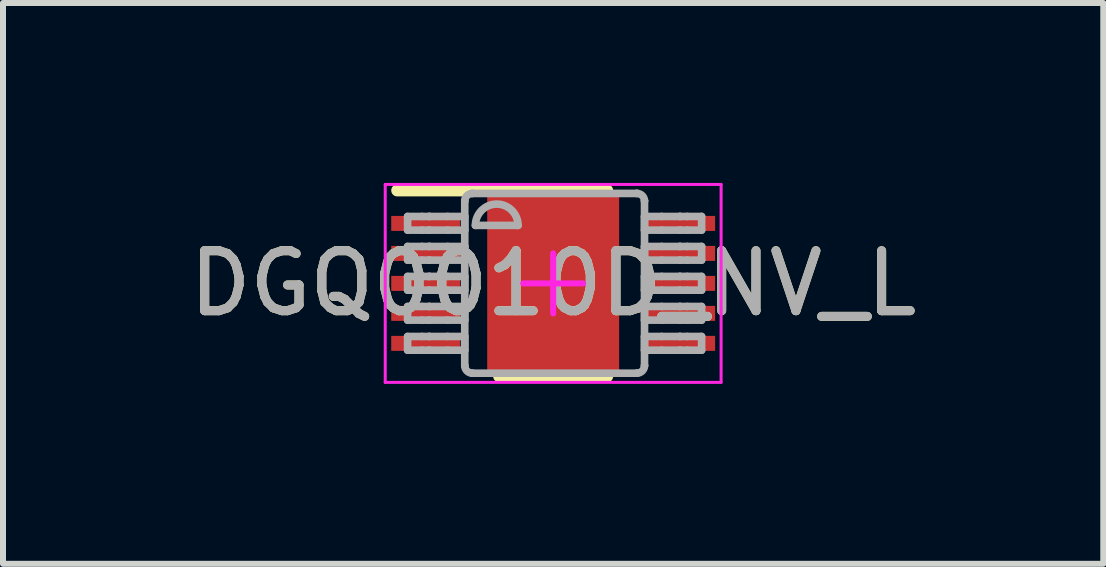
<source format=kicad_pcb>
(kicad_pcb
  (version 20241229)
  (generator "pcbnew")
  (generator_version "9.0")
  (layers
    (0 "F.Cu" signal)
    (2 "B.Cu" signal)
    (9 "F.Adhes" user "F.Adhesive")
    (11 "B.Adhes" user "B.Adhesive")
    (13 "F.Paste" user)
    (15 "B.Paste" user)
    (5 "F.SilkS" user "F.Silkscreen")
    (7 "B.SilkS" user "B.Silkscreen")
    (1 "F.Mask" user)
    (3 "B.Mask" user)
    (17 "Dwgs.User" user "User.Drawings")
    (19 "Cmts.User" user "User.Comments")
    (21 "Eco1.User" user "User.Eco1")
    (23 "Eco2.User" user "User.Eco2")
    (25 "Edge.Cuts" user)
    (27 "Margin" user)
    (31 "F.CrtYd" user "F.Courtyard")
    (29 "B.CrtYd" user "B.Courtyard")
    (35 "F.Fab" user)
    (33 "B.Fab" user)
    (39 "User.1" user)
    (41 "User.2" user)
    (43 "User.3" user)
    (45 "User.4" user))
  (footprint "DGQ0010D_NV_L"
    (layer "F.Cu")
    (at 6.173 1.675)
    (property "Reference" "DGQ0010D_NV_L" (at 0 0 0) (unlocked yes) (layer "F.SilkS") (effects (font (size 1 1) (thickness 0.15))))
    (attr smd)
    (fp_poly (pts (xy -0.915 0.899) (xy -0.915 -0.899) (xy -0.914 -0.908) (xy -0.912 -0.917) (xy -0.907 -0.925) (xy -0.902 -0.932) (xy -0.895 -0.937) (xy -0.887 -0.942) (xy -0.878 -0.944) (xy -0.869 -0.945) (xy 0.869 -0.945) (xy 0.878 -0.944) (xy 0.887 -0.942) (xy 0.895 -0.937) (xy 0.902 -0.932) (xy 0.907 -0.925) (xy 0.912 -0.917) (xy 0.914 -0.908) (xy 0.915 -0.899) (xy 0.915 0.899) (xy 0.914 0.908) (xy 0.912 0.917) (xy 0.907 0.925) (xy 0.902 0.932) (xy 0.895 0.937) (xy 0.887 0.942) (xy 0.878 0.944) (xy 0.869 0.945) (xy -0.869 0.945) (xy -0.878 0.944) (xy -0.887 0.942) (xy -0.895 0.937) (xy -0.902 0.932) (xy -0.907 0.925) (xy -0.912 0.917) (xy -0.914 0.908)) (stroke (width 0) (type solid)) (fill yes) (layer "F.Mask"))
    (fp_line (start -2.6 -1.55) (end 0.9 -1.55) (stroke (width 0.2) (type solid)) (layer "F.SilkS"))
    (fp_line (start -0.9 1.55) (end 0.9 1.55) (stroke (width 0.2) (type solid)) (layer "F.SilkS"))
    (fp_poly (pts (xy -0.915 0.899) (xy -0.915 -0.899) (xy -0.914 -0.908) (xy -0.912 -0.917) (xy -0.907 -0.925) (xy -0.902 -0.932) (xy -0.895 -0.937) (xy -0.887 -0.942) (xy -0.878 -0.944) (xy -0.869 -0.945) (xy 0.869 -0.945) (xy 0.878 -0.944) (xy 0.887 -0.942) (xy 0.895 -0.937) (xy 0.902 -0.932) (xy 0.907 -0.925) (xy 0.912 -0.917) (xy 0.914 -0.908) (xy 0.915 -0.899) (xy 0.915 0.899) (xy 0.914 0.908) (xy 0.912 0.917) (xy 0.907 0.925) (xy 0.902 0.932) (xy 0.895 0.937) (xy 0.887 0.942) (xy 0.878 0.944) (xy 0.869 0.945) (xy -0.869 0.945) (xy -0.878 0.944) (xy -0.887 0.942) (xy -0.895 0.937) (xy -0.902 0.932) (xy -0.907 0.925) (xy -0.912 0.917) (xy -0.914 0.908)) (stroke (width 0) (type solid)) (fill yes) (layer "F.Paste"))
    (fp_line (start -2.8 -1.65) (end 2.8 -1.65) (stroke (width 0.05) (type solid)) (layer "F.CrtYd"))
    (fp_line (start -2.8 1.65) (end -2.8 -1.65) (stroke (width 0.05) (type solid)) (layer "F.CrtYd"))
    (fp_line (start -2.8 1.65) (end 2.8 1.65) (stroke (width 0.05) (type solid)) (layer "F.CrtYd"))
    (fp_line (start -0.5 0) (end 0.5 0) (stroke (width 0.1) (type solid)) (layer "F.CrtYd"))
    (fp_line (start -0.000003 0.5) (end -0.000003 -0.5) (stroke (width 0.1) (type solid)) (layer "F.CrtYd"))
    (fp_line (start 2.8 1.65) (end 2.8 -1.65) (stroke (width 0.05) (type solid)) (layer "F.CrtYd"))
    (fp_line (start -2.427 -1.116) (end -2.187 -1.116) (stroke (width 0.127) (type solid)) (layer "F.Fab"))
    (fp_line (start -2.427 -0.888) (end -2.427 -1.116) (stroke (width 0.127) (type solid)) (layer "F.Fab"))
    (fp_line (start -2.427 -0.888) (end -2.187 -0.888) (stroke (width 0.127) (type solid)) (layer "F.Fab"))
    (fp_line (start -2.427 -0.616) (end -2.187 -0.616) (stroke (width 0.127) (type solid)) (layer "F.Fab"))
    (fp_line (start -2.427 -0.388) (end -2.427 -0.616) (stroke (width 0.127) (type solid)) (layer "F.Fab"))
    (fp_line (start -2.427 -0.388) (end -2.187 -0.388) (stroke (width 0.127) (type solid)) (layer "F.Fab"))
    (fp_line (start -2.427 -0.116) (end -2.187 -0.116) (stroke (width 0.127) (type solid)) (layer "F.Fab"))
    (fp_line (start -2.427 0.113) (end -2.427 -0.116) (stroke (width 0.127) (type solid)) (layer "F.Fab"))
    (fp_line (start -2.427 0.113) (end -2.187 0.113) (stroke (width 0.127) (type solid)) (layer "F.Fab"))
    (fp_line (start -2.427 0.385) (end -2.187 0.385) (stroke (width 0.127) (type solid)) (layer "F.Fab"))
    (fp_line (start -2.427 0.613) (end -2.427 0.385) (stroke (width 0.127) (type solid)) (layer "F.Fab"))
    (fp_line (start -2.427 0.613) (end -2.187 0.613) (stroke (width 0.127) (type solid)) (layer "F.Fab"))
    (fp_line (start -2.427 0.885) (end -2.187 0.885) (stroke (width 0.127) (type solid)) (layer "F.Fab"))
    (fp_line (start -2.427 1.114) (end -2.427 0.885) (stroke (width 0.127) (type solid)) (layer "F.Fab"))
    (fp_line (start -2.427 1.114) (end -2.187 1.114) (stroke (width 0.127) (type solid)) (layer "F.Fab"))
    (fp_line (start -2.187 -1.116) (end -2.067 -1.116) (stroke (width 0.127) (type solid)) (layer "F.Fab"))
    (fp_line (start -2.187 -0.888) (end -2.067 -0.888) (stroke (width 0.127) (type solid)) (layer "F.Fab"))
    (fp_line (start -2.187 -0.616) (end -2.067 -0.616) (stroke (width 0.127) (type solid)) (layer "F.Fab"))
    (fp_line (start -2.187 -0.388) (end -2.067 -0.388) (stroke (width 0.127) (type solid)) (layer "F.Fab"))
    (fp_line (start -2.187 -0.116) (end -2.067 -0.116) (stroke (width 0.127) (type solid)) (layer "F.Fab"))
    (fp_line (start -2.187 0.113) (end -2.067 0.113) (stroke (width 0.127) (type solid)) (layer "F.Fab"))
    (fp_line (start -2.187 0.385) (end -2.067 0.385) (stroke (width 0.127) (type solid)) (layer "F.Fab"))
    (fp_line (start -2.187 0.613) (end -2.067 0.613) (stroke (width 0.127) (type solid)) (layer "F.Fab"))
    (fp_line (start -2.187 0.885) (end -2.067 0.885) (stroke (width 0.127) (type solid)) (layer "F.Fab"))
    (fp_line (start -2.187 1.114) (end -2.067 1.114) (stroke (width 0.127) (type solid)) (layer "F.Fab"))
    (fp_line (start -2.067 -1.116) (end -2.064 -1.116) (stroke (width 0.127) (type solid)) (layer "F.Fab"))
    (fp_line (start -2.067 -0.888) (end -2.064 -0.888) (stroke (width 0.127) (type solid)) (layer "F.Fab"))
    (fp_line (start -2.067 -0.616) (end -2.064 -0.616) (stroke (width 0.127) (type solid)) (layer "F.Fab"))
    (fp_line (start -2.067 -0.388) (end -2.064 -0.388) (stroke (width 0.127) (type solid)) (layer "F.Fab"))
    (fp_line (start -2.067 -0.116) (end -2.064 -0.116) (stroke (width 0.127) (type solid)) (layer "F.Fab"))
    (fp_line (start -2.067 0.113) (end -2.064 0.113) (stroke (width 0.127) (type solid)) (layer "F.Fab"))
    (fp_line (start -2.067 0.385) (end -2.064 0.385) (stroke (width 0.127) (type solid)) (layer "F.Fab"))
    (fp_line (start -2.067 0.613) (end -2.064 0.613) (stroke (width 0.127) (type solid)) (layer "F.Fab"))
    (fp_line (start -2.067 0.885) (end -2.064 0.885) (stroke (width 0.127) (type solid)) (layer "F.Fab"))
    (fp_line (start -2.067 1.114) (end -2.064 1.114) (stroke (width 0.127) (type solid)) (layer "F.Fab"))
    (fp_line (start -2.064 -1.116) (end -1.76 -1.116) (stroke (width 0.127) (type solid)) (layer "F.Fab"))
    (fp_line (start -2.064 -0.888) (end -1.76 -0.888) (stroke (width 0.127) (type solid)) (layer "F.Fab"))
    (fp_line (start -2.064 -0.616) (end -1.76 -0.616) (stroke (width 0.127) (type solid)) (layer "F.Fab"))
    (fp_line (start -2.064 -0.388) (end -1.76 -0.388) (stroke (width 0.127) (type solid)) (layer "F.Fab"))
    (fp_line (start -2.064 -0.116) (end -1.76 -0.116) (stroke (width 0.127) (type solid)) (layer "F.Fab"))
    (fp_line (start -2.064 0.113) (end -1.76 0.113) (stroke (width 0.127) (type solid)) (layer "F.Fab"))
    (fp_line (start -2.064 0.385) (end -1.76 0.385) (stroke (width 0.127) (type solid)) (layer "F.Fab"))
    (fp_line (start -2.064 0.613) (end -1.76 0.613) (stroke (width 0.127) (type solid)) (layer "F.Fab"))
    (fp_line (start -2.064 0.885) (end -1.76 0.885) (stroke (width 0.127) (type solid)) (layer "F.Fab"))
    (fp_line (start -2.064 1.114) (end -1.76 1.114) (stroke (width 0.127) (type solid)) (layer "F.Fab"))
    (fp_line (start -1.76 -1.116) (end -1.474 -1.116) (stroke (width 0.127) (type solid)) (layer "F.Fab"))
    (fp_line (start -1.76 -0.888) (end -1.474 -0.888) (stroke (width 0.127) (type solid)) (layer "F.Fab"))
    (fp_line (start -1.76 -0.616) (end -1.474 -0.616) (stroke (width 0.127) (type solid)) (layer "F.Fab"))
    (fp_line (start -1.76 -0.388) (end -1.474 -0.388) (stroke (width 0.127) (type solid)) (layer "F.Fab"))
    (fp_line (start -1.76 -0.116) (end -1.474 -0.116) (stroke (width 0.127) (type solid)) (layer "F.Fab"))
    (fp_line (start -1.76 0.113) (end -1.474 0.113) (stroke (width 0.127) (type solid)) (layer "F.Fab"))
    (fp_line (start -1.76 0.385) (end -1.474 0.385) (stroke (width 0.127) (type solid)) (layer "F.Fab"))
    (fp_line (start -1.76 0.613) (end -1.474 0.613) (stroke (width 0.127) (type solid)) (layer "F.Fab"))
    (fp_line (start -1.76 0.885) (end -1.474 0.885) (stroke (width 0.127) (type solid)) (layer "F.Fab"))
    (fp_line (start -1.76 1.114) (end -1.474 1.114) (stroke (width 0.127) (type solid)) (layer "F.Fab"))
    (fp_line (start -1.474 -1.373) (end -1.474 -1.376) (stroke (width 0.127) (type solid)) (layer "F.Fab"))
    (fp_line (start -1.474 -0.888) (end -1.474 -1.116) (stroke (width 0.127) (type solid)) (layer "F.Fab"))
    (fp_line (start -1.474 -0.388) (end -1.474 -0.616) (stroke (width 0.127) (type solid)) (layer "F.Fab"))
    (fp_line (start -1.474 0.113) (end -1.474 -0.116) (stroke (width 0.127) (type solid)) (layer "F.Fab"))
    (fp_line (start -1.474 0.613) (end -1.474 0.385) (stroke (width 0.127) (type solid)) (layer "F.Fab"))
    (fp_line (start -1.474 1.114) (end -1.474 0.885) (stroke (width 0.127) (type solid)) (layer "F.Fab"))
    (fp_line (start -1.474 1.37) (end -1.474 -1.373) (stroke (width 0.127) (type solid)) (layer "F.Fab"))
    (fp_line (start -1.474 1.37) (end -1.474 1.373) (stroke (width 0.127) (type solid)) (layer "F.Fab"))
    (fp_line (start -1.35 -1.5) (end -1.347 -1.5) (stroke (width 0.127) (type solid)) (layer "F.Fab"))
    (fp_line (start -1.35 1.497) (end -1.347 1.497) (stroke (width 0.127) (type solid)) (layer "F.Fab"))
    (fp_line (start -1.347 -1.5) (end 1.396 -1.5) (stroke (width 0.127) (type solid)) (layer "F.Fab"))
    (fp_line (start -1.347 1.497) (end 1.396 1.497) (stroke (width 0.127) (type solid)) (layer "F.Fab"))
    (fp_line (start -1.296 -0.967) (end -0.585 -0.967) (stroke (width 0.127) (type solid)) (layer "F.Fab"))
    (fp_line (start 1.396 -1.5) (end 1.399 -1.5) (stroke (width 0.127) (type solid)) (layer "F.Fab"))
    (fp_line (start 1.396 1.497) (end 1.399 1.497) (stroke (width 0.127) (type solid)) (layer "F.Fab"))
    (fp_line (start 1.523 -1.376) (end 1.523 -1.373) (stroke (width 0.127) (type solid)) (layer "F.Fab"))
    (fp_line (start 1.523 1.373) (end 1.523 1.37) (stroke (width 0.127) (type solid)) (layer "F.Fab"))
    (fp_line (start 1.523 -1.116) (end 1.809 -1.116) (stroke (width 0.127) (type solid)) (layer "F.Fab"))
    (fp_line (start 1.523 -0.888) (end 1.523 -1.116) (stroke (width 0.127) (type solid)) (layer "F.Fab"))
    (fp_line (start 1.523 -0.888) (end 1.809 -0.888) (stroke (width 0.127) (type solid)) (layer "F.Fab"))
    (fp_line (start 1.523 -0.616) (end 1.809 -0.616) (stroke (width 0.127) (type solid)) (layer "F.Fab"))
    (fp_line (start 1.523 -0.388) (end 1.523 -0.616) (stroke (width 0.127) (type solid)) (layer "F.Fab"))
    (fp_line (start 1.523 -0.388) (end 1.809 -0.388) (stroke (width 0.127) (type solid)) (layer "F.Fab"))
    (fp_line (start 1.523 -0.116) (end 1.809 -0.116) (stroke (width 0.127) (type solid)) (layer "F.Fab"))
    (fp_line (start 1.523 0.113) (end 1.523 -0.116) (stroke (width 0.127) (type solid)) (layer "F.Fab"))
    (fp_line (start 1.523 0.113) (end 1.809 0.113) (stroke (width 0.127) (type solid)) (layer "F.Fab"))
    (fp_line (start 1.523 0.385) (end 1.809 0.385) (stroke (width 0.127) (type solid)) (layer "F.Fab"))
    (fp_line (start 1.523 0.613) (end 1.523 0.385) (stroke (width 0.127) (type solid)) (layer "F.Fab"))
    (fp_line (start 1.523 0.613) (end 1.809 0.613) (stroke (width 0.127) (type solid)) (layer "F.Fab"))
    (fp_line (start 1.523 0.885) (end 1.809 0.885) (stroke (width 0.127) (type solid)) (layer "F.Fab"))
    (fp_line (start 1.523 1.114) (end 1.523 0.885) (stroke (width 0.127) (type solid)) (layer "F.Fab"))
    (fp_line (start 1.523 1.114) (end 1.809 1.114) (stroke (width 0.127) (type solid)) (layer "F.Fab"))
    (fp_line (start 1.523 1.37) (end 1.523 -1.373) (stroke (width 0.127) (type solid)) (layer "F.Fab"))
    (fp_line (start 1.809 -1.116) (end 2.113 -1.116) (stroke (width 0.127) (type solid)) (layer "F.Fab"))
    (fp_line (start 1.809 -0.888) (end 2.113 -0.888) (stroke (width 0.127) (type solid)) (layer "F.Fab"))
    (fp_line (start 1.809 -0.616) (end 2.113 -0.616) (stroke (width 0.127) (type solid)) (layer "F.Fab"))
    (fp_line (start 1.809 -0.388) (end 2.113 -0.388) (stroke (width 0.127) (type solid)) (layer "F.Fab"))
    (fp_line (start 1.809 -0.116) (end 2.113 -0.116) (stroke (width 0.127) (type solid)) (layer "F.Fab"))
    (fp_line (start 1.809 0.113) (end 2.113 0.113) (stroke (width 0.127) (type solid)) (layer "F.Fab"))
    (fp_line (start 1.809 0.385) (end 2.113 0.385) (stroke (width 0.127) (type solid)) (layer "F.Fab"))
    (fp_line (start 1.809 0.613) (end 2.113 0.613) (stroke (width 0.127) (type solid)) (layer "F.Fab"))
    (fp_line (start 1.809 0.885) (end 2.113 0.885) (stroke (width 0.127) (type solid)) (layer "F.Fab"))
    (fp_line (start 1.809 1.114) (end 2.113 1.114) (stroke (width 0.127) (type solid)) (layer "F.Fab"))
    (fp_line (start 2.113 -1.116) (end 2.116 -1.116) (stroke (width 0.127) (type solid)) (layer "F.Fab"))
    (fp_line (start 2.113 -0.888) (end 2.116 -0.888) (stroke (width 0.127) (type solid)) (layer "F.Fab"))
    (fp_line (start 2.113 -0.616) (end 2.116 -0.616) (stroke (width 0.127) (type solid)) (layer "F.Fab"))
    (fp_line (start 2.113 -0.388) (end 2.116 -0.388) (stroke (width 0.127) (type solid)) (layer "F.Fab"))
    (fp_line (start 2.113 -0.116) (end 2.116 -0.116) (stroke (width 0.127) (type solid)) (layer "F.Fab"))
    (fp_line (start 2.113 0.113) (end 2.116 0.113) (stroke (width 0.127) (type solid)) (layer "F.Fab"))
    (fp_line (start 2.113 0.385) (end 2.116 0.385) (stroke (width 0.127) (type solid)) (layer "F.Fab"))
    (fp_line (start 2.113 0.613) (end 2.116 0.613) (stroke (width 0.127) (type solid)) (layer "F.Fab"))
    (fp_line (start 2.113 0.885) (end 2.116 0.885) (stroke (width 0.127) (type solid)) (layer "F.Fab"))
    (fp_line (start 2.113 1.114) (end 2.116 1.114) (stroke (width 0.127) (type solid)) (layer "F.Fab"))
    (fp_line (start 2.116 -1.116) (end 2.236 -1.116) (stroke (width 0.127) (type solid)) (layer "F.Fab"))
    (fp_line (start 2.116 -0.888) (end 2.236 -0.888) (stroke (width 0.127) (type solid)) (layer "F.Fab"))
    (fp_line (start 2.116 -0.616) (end 2.236 -0.616) (stroke (width 0.127) (type solid)) (layer "F.Fab"))
    (fp_line (start 2.116 -0.388) (end 2.236 -0.388) (stroke (width 0.127) (type solid)) (layer "F.Fab"))
    (fp_line (start 2.116 -0.116) (end 2.236 -0.116) (stroke (width 0.127) (type solid)) (layer "F.Fab"))
    (fp_line (start 2.116 0.113) (end 2.236 0.113) (stroke (width 0.127) (type solid)) (layer "F.Fab"))
    (fp_line (start 2.116 0.385) (end 2.236 0.385) (stroke (width 0.127) (type solid)) (layer "F.Fab"))
    (fp_line (start 2.116 0.613) (end 2.236 0.613) (stroke (width 0.127) (type solid)) (layer "F.Fab"))
    (fp_line (start 2.116 0.885) (end 2.236 0.885) (stroke (width 0.127) (type solid)) (layer "F.Fab"))
    (fp_line (start 2.116 1.114) (end 2.236 1.114) (stroke (width 0.127) (type solid)) (layer "F.Fab"))
    (fp_line (start 2.236 -1.116) (end 2.475 -1.116) (stroke (width 0.127) (type solid)) (layer "F.Fab"))
    (fp_line (start 2.236 -0.888) (end 2.475 -0.888) (stroke (width 0.127) (type solid)) (layer "F.Fab"))
    (fp_line (start 2.236 -0.616) (end 2.475 -0.616) (stroke (width 0.127) (type solid)) (layer "F.Fab"))
    (fp_line (start 2.236 -0.388) (end 2.475 -0.388) (stroke (width 0.127) (type solid)) (layer "F.Fab"))
    (fp_line (start 2.236 -0.116) (end 2.475 -0.116) (stroke (width 0.127) (type solid)) (layer "F.Fab"))
    (fp_line (start 2.236 0.113) (end 2.475 0.113) (stroke (width 0.127) (type solid)) (layer "F.Fab"))
    (fp_line (start 2.236 0.385) (end 2.475 0.385) (stroke (width 0.127) (type solid)) (layer "F.Fab"))
    (fp_line (start 2.236 0.613) (end 2.475 0.613) (stroke (width 0.127) (type solid)) (layer "F.Fab"))
    (fp_line (start 2.236 0.885) (end 2.475 0.885) (stroke (width 0.127) (type solid)) (layer "F.Fab"))
    (fp_line (start 2.236 1.114) (end 2.475 1.114) (stroke (width 0.127) (type solid)) (layer "F.Fab"))
    (fp_line (start 2.475 -0.888) (end 2.475 -1.116) (stroke (width 0.127) (type solid)) (layer "F.Fab"))
    (fp_line (start 2.475 -0.388) (end 2.475 -0.616) (stroke (width 0.127) (type solid)) (layer "F.Fab"))
    (fp_line (start 2.475 0.113) (end 2.475 -0.116) (stroke (width 0.127) (type solid)) (layer "F.Fab"))
    (fp_line (start 2.475 0.613) (end 2.475 0.385) (stroke (width 0.127) (type solid)) (layer "F.Fab"))
    (fp_line (start 2.475 1.114) (end 2.475 0.885) (stroke (width 0.127) (type solid)) (layer "F.Fab"))
    (fp_arc (start -1.474232 -1.375768) (mid -1.437062 -1.46283) (end -1.35 -1.5) (stroke (width 0.127) (type solid)) (layer "F.Fab"))
    (fp_arc (start -1.35 1.49715) (mid -1.437062 1.45998) (end -1.474232 1.372918) (stroke (width 0.127) (type solid)) (layer "F.Fab"))
    (fp_arc (start -1.296457 -0.966625) (mid -0.940857 -1.322225) (end -0.585257 -0.966625) (stroke (width 0.127) (type solid)) (layer "F.Fab"))
    (fp_arc (start 1.398686 -1.5) (mid 1.485749 -1.46283) (end 1.522919 -1.375768) (stroke (width 0.127) (type solid)) (layer "F.Fab"))
    (fp_arc (start 1.522919 1.372918) (mid 1.485749 1.45998) (end 1.398686 1.49715) (stroke (width 0.127) (type solid)) (layer "F.Fab"))
    (fp_text user "${REFERENCE}" (at 0 0 0) (unlocked yes) (layer "F.Fab") (effects (font (size 1 1) (thickness 0.15))))
    (pad "1" smd rect (at -2.125 -1 90) (size 0.25 1.15) (layers "F.Cu" "F.Mask" "F.Paste"))
    (pad "2" smd rect (at -2.125 -0.5 90) (size 0.25 1.15) (layers "F.Cu" "F.Mask" "F.Paste"))
    (pad "3" smd rect (at -2.125 0 90) (size 0.25 1.15) (layers "F.Cu" "F.Mask" "F.Paste"))
    (pad "4" smd rect (at -2.125 0.5 90) (size 0.25 1.15) (layers "F.Cu" "F.Mask" "F.Paste"))
    (pad "5" smd rect (at -2.125 1 90) (size 0.25 1.15) (layers "F.Cu" "F.Mask" "F.Paste"))
    (pad "6" smd rect (at 2.125 1 90) (size 0.25 1.15) (layers "F.Cu" "F.Mask" "F.Paste"))
    (pad "7" smd rect (at 2.125 0.5 90) (size 0.25 1.15) (layers "F.Cu" "F.Mask" "F.Paste"))
    (pad "8" smd rect (at 2.125 0 90) (size 0.25 1.15) (layers "F.Cu" "F.Mask" "F.Paste"))
    (pad "9" smd rect (at 2.125 -0.5 90) (size 0.25 1.15) (layers "F.Cu" "F.Mask" "F.Paste"))
    (pad "10" smd rect (at 2.125 -1 90) (size 0.25 1.15) (layers "F.Cu" "F.Mask" "F.Paste"))
    (pad "11" smd rect (at 0 0) (size 2.2 3.1) (layers "F.Cu")))
  (gr_rect
    (start -3 -3)
    (end 15.345 6.35)
    (stroke (width 0.1) (type default))
    (fill no)
    (layer "Edge.Cuts")))
</source>
